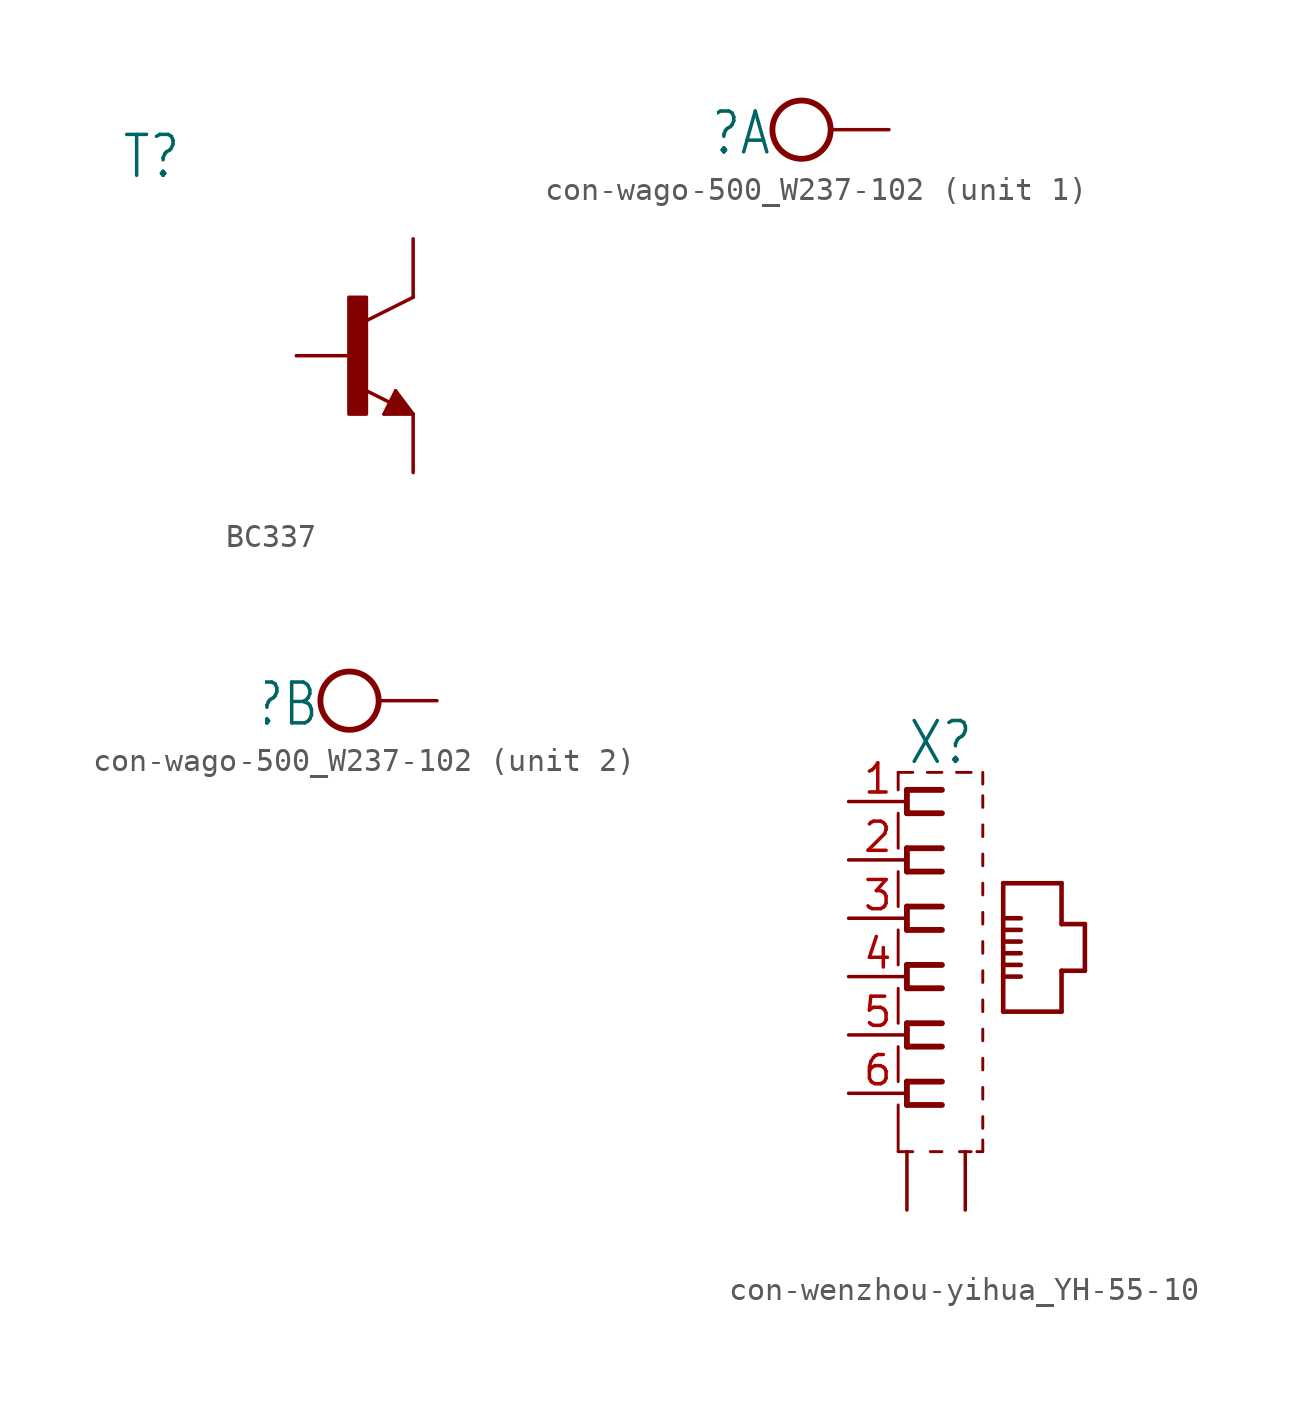
<source format=kicad_sym>
(kicad_symbol_lib
  (version 20231120)
  (generator "kicad_symbol_editor")
  (generator_version "8.0")
  (symbol "BC337"
    (property "Reference" "T"
      (at -10.16 7.62 0)
      (effects (font (size 1.778 1.511)) (justify left bottom)))
    (property "Value" ""
      (at -10.16 5.08 0)
      (effects (font (size 1.778 1.511)) (justify left bottom)))
    (property "ki_locked" ""
      (at 0 0 0)
      (effects (font (size 1.27 1.27))))
    (symbol "BC337_1_0"
      (rectangle (start -0.254 -2.54) (end 0.508 2.54) (stroke (width 0) (type default)) (fill (type outline)))
      (polyline (pts (xy 1.27 -2.54) (xy 1.778 -1.524)) (stroke (width 0.152) (type solid)) (fill (type none)))
      (polyline (pts (xy 1.524 -2.413) (xy 2.286 -2.413)) (stroke (width 0.254) (type solid)) (fill (type none)))
      (polyline (pts (xy 1.524 -2.286) (xy 1.905 -2.286)) (stroke (width 0.254) (type solid)) (fill (type none)))
      (polyline (pts (xy 1.54 -2.04) (xy 0.308 -1.424)) (stroke (width 0.152) (type solid)) (fill (type none)))
      (polyline (pts (xy 1.778 -1.778) (xy 1.524 -2.286)) (stroke (width 0.254) (type solid)) (fill (type none)))
      (polyline (pts (xy 1.778 -1.524) (xy 2.54 -2.54)) (stroke (width 0.152) (type solid)) (fill (type none)))
      (polyline (pts (xy 1.905 -2.286) (xy 1.778 -2.032)) (stroke (width 0.254) (type solid)) (fill (type none)))
      (polyline (pts (xy 2.286 -2.413) (xy 1.778 -1.778)) (stroke (width 0.254) (type solid)) (fill (type none)))
      (polyline (pts (xy 2.54 -2.54) (xy 1.27 -2.54)) (stroke (width 0.152) (type solid)) (fill (type none)))
      (polyline (pts (xy 2.54 2.54) (xy 0.508 1.524)) (stroke (width 0.152) (type solid)) (fill (type none)))
      (pin passive line (at 2.54 -5.08 90) (length 2.54) (name "E" (effects (font (size 0 0)))) (number "1" (effects (font (size 0 0)))))
      (pin passive line (at -2.54 0 0) (length 2.54) (name "B" (effects (font (size 0 0)))) (number "2" (effects (font (size 0 0)))))
      (pin passive line (at 2.54 5.08 270) (length 2.54) (name "C" (effects (font (size 0 0)))) (number "3" (effects (font (size 0 0)))))))
  (symbol "con-wago-500_W237-102"
    (property "Reference" "X"
      (at 0 0.889 0)
      (effects (font (size 1.778 1.511)) (justify right top)))
    (property "ki_locked" ""
      (at 0 0 0)
      (effects (font (size 1.27 1.27))))
    (symbol "con-wago-500_W237-102_1_0"
      (circle (center 1.27 0) (radius 1.27) (stroke (width 0.254) (type solid)) (fill (type none)))
      (pin passive line (at 5.08 0 180) (length 2.54) (name "KL" (effects (font (size 0 0)))) (number "1" (effects (font (size 0 0))))))
    (symbol "con-wago-500_W237-102_2_0"
      (circle (center 1.27 0) (radius 1.27) (stroke (width 0.254) (type solid)) (fill (type none)))
      (pin passive line (at 5.08 0 180) (length 2.54) (name "KL" (effects (font (size 0 0)))) (number "2" (effects (font (size 0 0)))))))
  (symbol "con-wenzhou-yihua_YH-55-10"
    (property "Reference" "X"
      (at -5.08 9.144 0)
      (effects (font (size 1.778 1.511)) (justify left bottom)))
    (property "Value" ""
      (at 0 -7.62 0)
      (effects (font (size 1.778 1.511)) (justify left bottom)))
    (property "ki_locked" ""
      (at 0 0 0)
      (effects (font (size 1.27 1.27))))
    (symbol "con-wenzhou-yihua_YH-55-10_1_0"
      (polyline (pts (xy -5.461 -7.62) (xy -4.826 -7.62)) (stroke (width 0.127) (type solid)) (fill (type none)))
      (polyline (pts (xy -5.461 -5.588) (xy -5.461 -7.62)) (stroke (width 0.127) (type solid)) (fill (type none)))
      (polyline (pts (xy -5.461 -3.048) (xy -5.461 -4.572)) (stroke (width 0.127) (type solid)) (fill (type none)))
      (polyline (pts (xy -5.461 -0.508) (xy -5.461 -2.032)) (stroke (width 0.127) (type solid)) (fill (type none)))
      (polyline (pts (xy -5.461 2.032) (xy -5.461 0.508)) (stroke (width 0.127) (type solid)) (fill (type none)))
      (polyline (pts (xy -5.461 4.572) (xy -5.461 3.048)) (stroke (width 0.127) (type solid)) (fill (type none)))
      (polyline (pts (xy -5.461 7.112) (xy -5.461 5.588)) (stroke (width 0.127) (type solid)) (fill (type none)))
      (polyline (pts (xy -5.461 8.89) (xy -5.461 8.128)) (stroke (width 0.127) (type solid)) (fill (type none)))
      (polyline (pts (xy -5.08 -5.588) (xy -3.556 -5.588)) (stroke (width 0.254) (type solid)) (fill (type none)))
      (polyline (pts (xy -5.08 -4.572) (xy -5.08 -5.588)) (stroke (width 0.254) (type solid)) (fill (type none)))
      (polyline (pts (xy -5.08 -3.048) (xy -3.556 -3.048)) (stroke (width 0.254) (type solid)) (fill (type none)))
      (polyline (pts (xy -5.08 -2.032) (xy -5.08 -3.048)) (stroke (width 0.254) (type solid)) (fill (type none)))
      (polyline (pts (xy -5.08 -0.508) (xy -3.556 -0.508)) (stroke (width 0.254) (type solid)) (fill (type none)))
      (polyline (pts (xy -5.08 0.508) (xy -5.08 -0.508)) (stroke (width 0.254) (type solid)) (fill (type none)))
      (polyline (pts (xy -5.08 2.032) (xy -3.556 2.032)) (stroke (width 0.254) (type solid)) (fill (type none)))
      (polyline (pts (xy -5.08 3.048) (xy -5.08 2.032)) (stroke (width 0.254) (type solid)) (fill (type none)))
      (polyline (pts (xy -5.08 4.572) (xy -3.556 4.572)) (stroke (width 0.254) (type solid)) (fill (type none)))
      (polyline (pts (xy -5.08 5.588) (xy -5.08 4.572)) (stroke (width 0.254) (type solid)) (fill (type none)))
      (polyline (pts (xy -5.08 7.112) (xy -3.556 7.112)) (stroke (width 0.254) (type solid)) (fill (type none)))
      (polyline (pts (xy -5.08 8.128) (xy -5.08 7.112)) (stroke (width 0.254) (type solid)) (fill (type none)))
      (polyline (pts (xy -4.826 8.89) (xy -5.461 8.89)) (stroke (width 0.127) (type solid)) (fill (type none)))
      (polyline (pts (xy -4.064 -7.62) (xy -3.556 -7.62)) (stroke (width 0.127) (type solid)) (fill (type none)))
      (polyline (pts (xy -3.556 -4.572) (xy -5.08 -4.572)) (stroke (width 0.254) (type solid)) (fill (type none)))
      (polyline (pts (xy -3.556 -2.032) (xy -5.08 -2.032)) (stroke (width 0.254) (type solid)) (fill (type none)))
      (polyline (pts (xy -3.556 0.508) (xy -5.08 0.508)) (stroke (width 0.254) (type solid)) (fill (type none)))
      (polyline (pts (xy -3.556 3.048) (xy -5.08 3.048)) (stroke (width 0.254) (type solid)) (fill (type none)))
      (polyline (pts (xy -3.556 5.588) (xy -5.08 5.588)) (stroke (width 0.254) (type solid)) (fill (type none)))
      (polyline (pts (xy -3.556 8.128) (xy -5.08 8.128)) (stroke (width 0.254) (type solid)) (fill (type none)))
      (polyline (pts (xy -3.556 8.89) (xy -4.191 8.89)) (stroke (width 0.127) (type solid)) (fill (type none)))
      (polyline (pts (xy -2.794 -7.62) (xy -2.286 -7.62)) (stroke (width 0.127) (type solid)) (fill (type none)))
      (polyline (pts (xy -2.286 8.89) (xy -2.921 8.89)) (stroke (width 0.127) (type solid)) (fill (type none)))
      (polyline (pts (xy -2.032 -7.62) (xy -1.778 -7.62)) (stroke (width 0.127) (type solid)) (fill (type none)))
      (polyline (pts (xy -1.778 -7.62) (xy -1.778 -7.112)) (stroke (width 0.127) (type solid)) (fill (type none)))
      (polyline (pts (xy -1.778 -6.604) (xy -1.778 -6.096)) (stroke (width 0.127) (type solid)) (fill (type none)))
      (polyline (pts (xy -1.778 -5.334) (xy -1.778 -4.826)) (stroke (width 0.127) (type solid)) (fill (type none)))
      (polyline (pts (xy -1.778 -4.064) (xy -1.778 -3.556)) (stroke (width 0.127) (type solid)) (fill (type none)))
      (polyline (pts (xy -1.778 -2.794) (xy -1.778 -2.286)) (stroke (width 0.127) (type solid)) (fill (type none)))
      (polyline (pts (xy -1.778 -1.524) (xy -1.778 -1.016)) (stroke (width 0.127) (type solid)) (fill (type none)))
      (polyline (pts (xy -1.778 -0.254) (xy -1.778 0.254)) (stroke (width 0.127) (type solid)) (fill (type none)))
      (polyline (pts (xy -1.778 1.016) (xy -1.778 1.524)) (stroke (width 0.127) (type solid)) (fill (type none)))
      (polyline (pts (xy -1.778 2.286) (xy -1.778 2.794)) (stroke (width 0.127) (type solid)) (fill (type none)))
      (polyline (pts (xy -1.778 3.556) (xy -1.778 4.064)) (stroke (width 0.127) (type solid)) (fill (type none)))
      (polyline (pts (xy -1.778 4.826) (xy -1.778 5.334)) (stroke (width 0.127) (type solid)) (fill (type none)))
      (polyline (pts (xy -1.778 6.096) (xy -1.778 6.604)) (stroke (width 0.127) (type solid)) (fill (type none)))
      (polyline (pts (xy -1.778 7.366) (xy -1.778 7.874)) (stroke (width 0.127) (type solid)) (fill (type none)))
      (polyline (pts (xy -1.778 8.382) (xy -1.778 8.89)) (stroke (width 0.127) (type solid)) (fill (type none)))
      (polyline (pts (xy -0.889 -1.524) (xy 1.651 -1.524)) (stroke (width 0.2) (type solid)) (fill (type none)))
      (polyline (pts (xy -0.889 0) (xy -0.889 -1.524)) (stroke (width 0.2) (type solid)) (fill (type none)))
      (polyline (pts (xy -0.889 0) (xy -0.127 0)) (stroke (width 0.2) (type solid)) (fill (type none)))
      (polyline (pts (xy -0.889 0.508) (xy -0.889 0)) (stroke (width 0.2) (type solid)) (fill (type none)))
      (polyline (pts (xy -0.889 0.508) (xy -0.127 0.508)) (stroke (width 0.2) (type solid)) (fill (type none)))
      (polyline (pts (xy -0.889 1.016) (xy -0.889 0.508)) (stroke (width 0.2) (type solid)) (fill (type none)))
      (polyline (pts (xy -0.889 1.016) (xy -0.127 1.016)) (stroke (width 0.2) (type solid)) (fill (type none)))
      (polyline (pts (xy -0.889 1.524) (xy -0.889 1.016)) (stroke (width 0.2) (type solid)) (fill (type none)))
      (polyline (pts (xy -0.889 1.524) (xy -0.127 1.524)) (stroke (width 0.2) (type solid)) (fill (type none)))
      (polyline (pts (xy -0.889 2.032) (xy -0.889 1.524)) (stroke (width 0.2) (type solid)) (fill (type none)))
      (polyline (pts (xy -0.889 2.032) (xy -0.127 2.032)) (stroke (width 0.2) (type solid)) (fill (type none)))
      (polyline (pts (xy -0.889 2.54) (xy -0.889 2.032)) (stroke (width 0.2) (type solid)) (fill (type none)))
      (polyline (pts (xy -0.889 2.54) (xy -0.127 2.54)) (stroke (width 0.2) (type solid)) (fill (type none)))
      (polyline (pts (xy -0.889 4.064) (xy -0.889 2.54)) (stroke (width 0.2) (type solid)) (fill (type none)))
      (polyline (pts (xy 1.651 -1.524) (xy 1.651 0.254)) (stroke (width 0.2) (type solid)) (fill (type none)))
      (polyline (pts (xy 1.651 0.254) (xy 2.667 0.254)) (stroke (width 0.2) (type solid)) (fill (type none)))
      (polyline (pts (xy 1.651 2.286) (xy 1.651 4.064)) (stroke (width 0.2) (type solid)) (fill (type none)))
      (polyline (pts (xy 1.651 4.064) (xy -0.889 4.064)) (stroke (width 0.2) (type solid)) (fill (type none)))
      (polyline (pts (xy 2.667 0.254) (xy 2.667 2.286)) (stroke (width 0.2) (type solid)) (fill (type none)))
      (polyline (pts (xy 2.667 2.286) (xy 1.651 2.286)) (stroke (width 0.2) (type solid)) (fill (type none)))
      (pin passive line (at -7.62 7.62 0) (length 2.54) (name "1" (effects (font (size 0 0)))) (number "1" (effects (font (size 1.27 1.27)))))
      (pin passive line (at -7.62 5.08 0) (length 2.54) (name "2" (effects (font (size 0 0)))) (number "2" (effects (font (size 1.27 1.27)))))
      (pin passive line (at -7.62 2.54 0) (length 2.54) (name "3" (effects (font (size 0 0)))) (number "3" (effects (font (size 1.27 1.27)))))
      (pin passive line (at -7.62 0 0) (length 2.54) (name "4" (effects (font (size 0 0)))) (number "4" (effects (font (size 1.27 1.27)))))
      (pin passive line (at -7.62 -2.54 0) (length 2.54) (name "5" (effects (font (size 0 0)))) (number "5" (effects (font (size 1.27 1.27)))))
      (pin passive line (at -7.62 -5.08 0) (length 2.54) (name "6" (effects (font (size 0 0)))) (number "6" (effects (font (size 1.27 1.27)))))
      (pin passive line (at -5.08 -10.16 90) (length 2.54) (name "S@1" (effects (font (size 0 0)))) (number "S1" (effects (font (size 0 0)))))
      (pin passive line (at -2.54 -10.16 90) (length 2.54) (name "S@2" (effects (font (size 0 0)))) (number "S2" (effects (font (size 0 0))))))))
</source>
